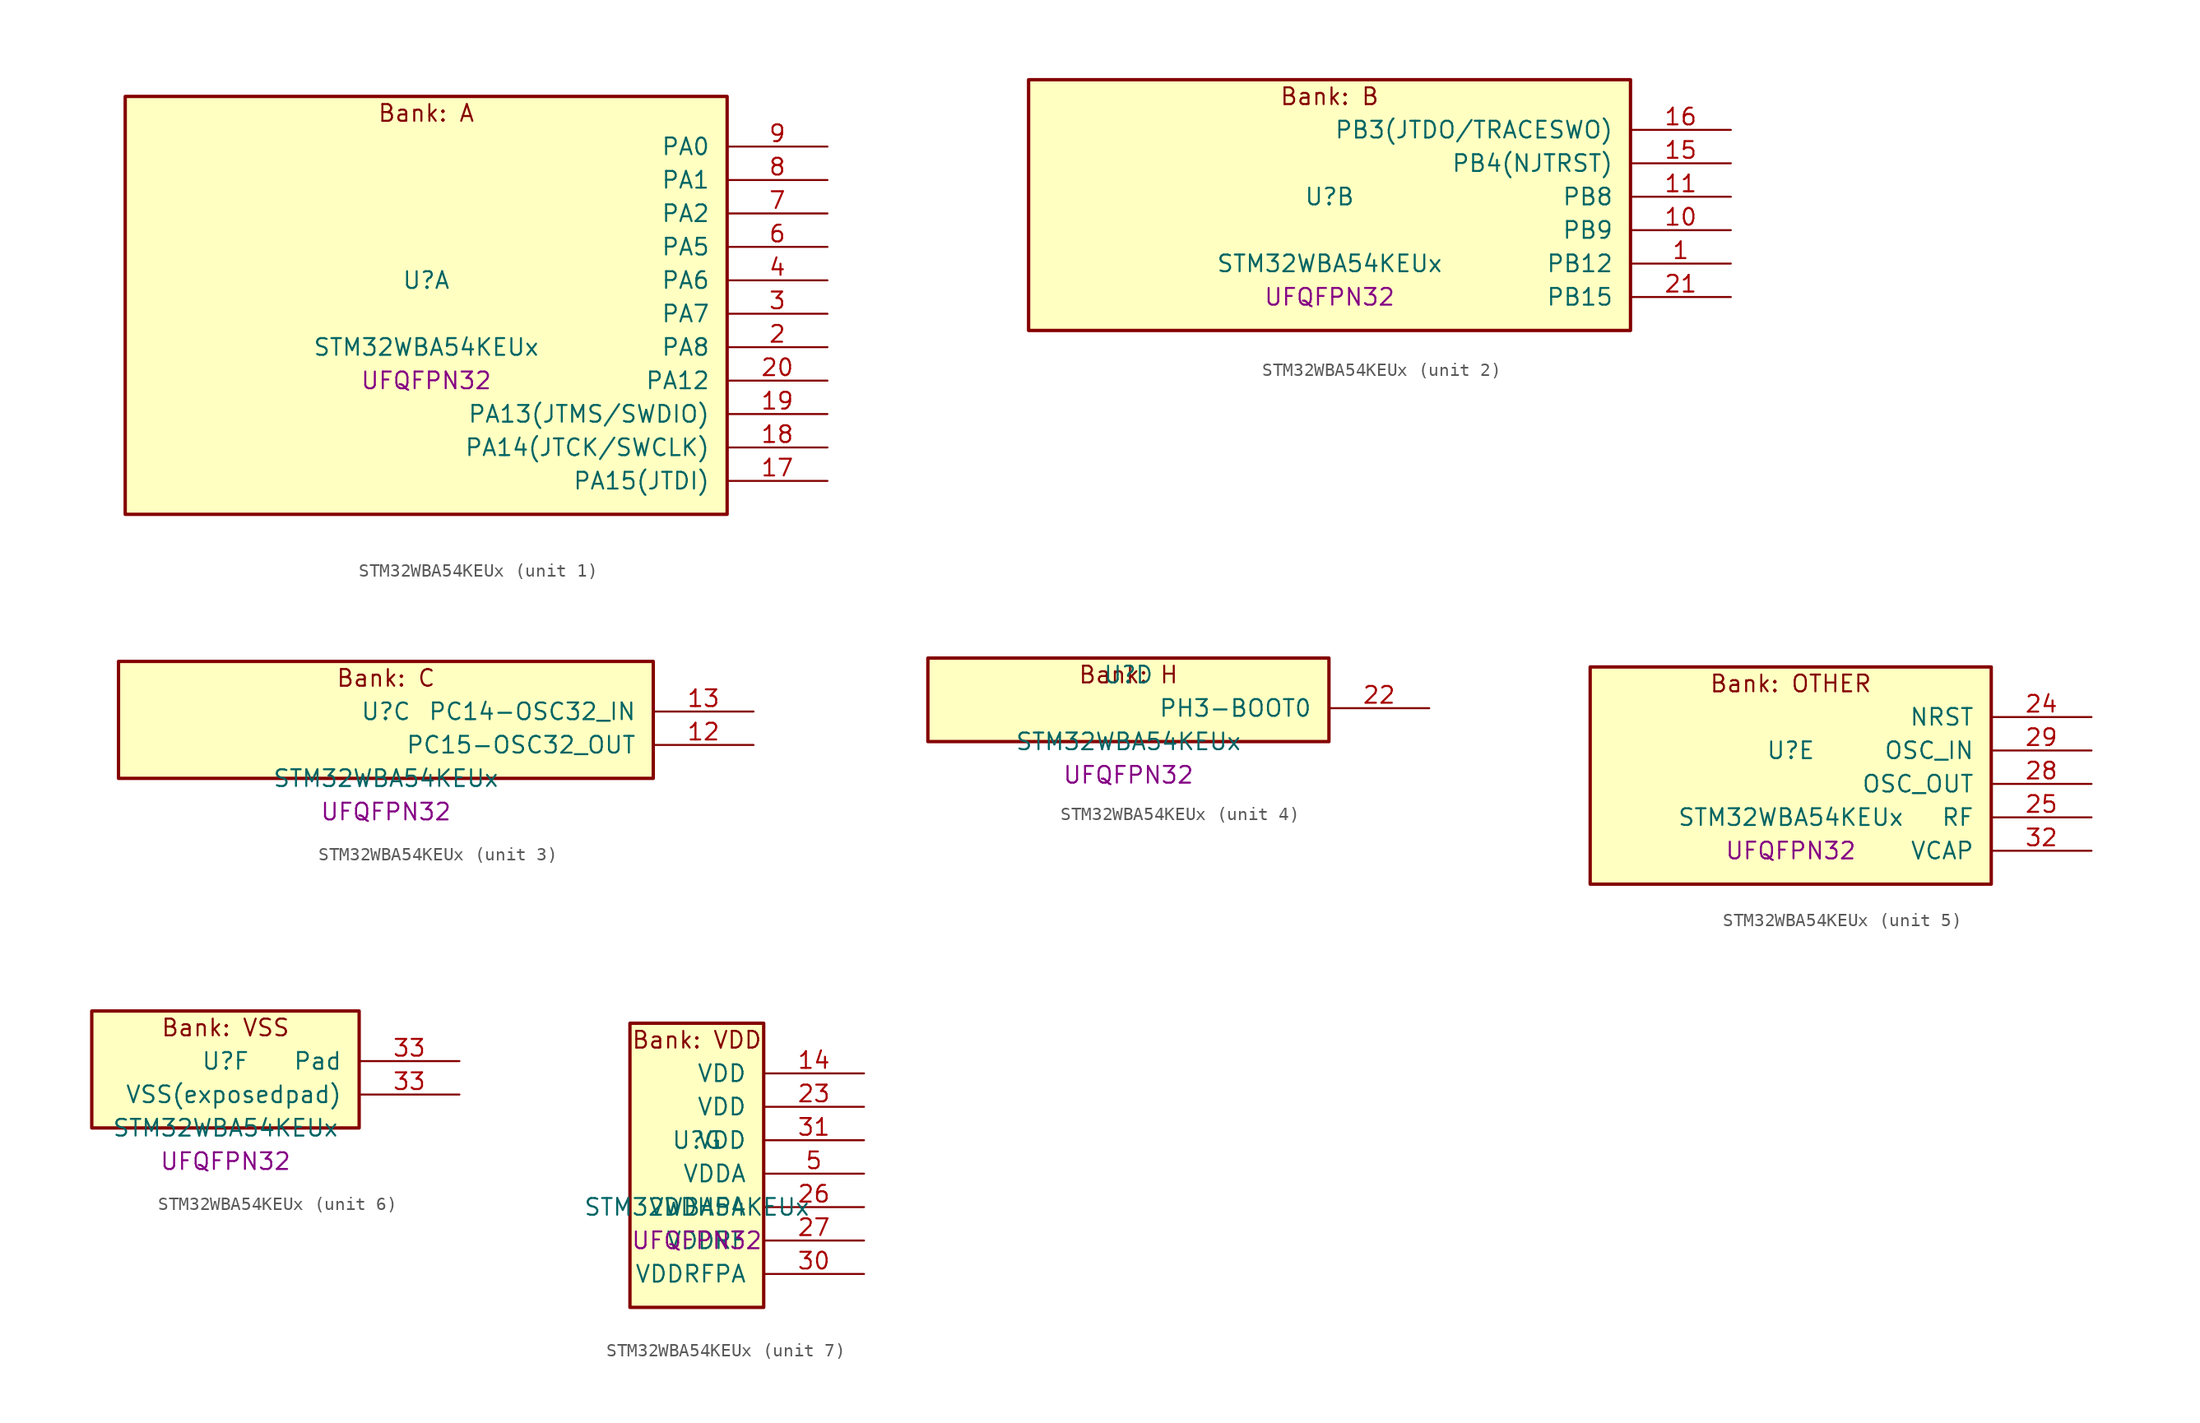
<source format=kicad_sym>
(kicad_symbol_lib
  (version 20241209)
  (generator "stm32_pkl_generator")
  (generator_version "1.0")
  (symbol "STM32WBA54KEUx"
    (pin_names
      (offset 1.27))
    (property "Reference" "U"
      (at 0 2.54 0))
    (property "Value" "STM32WBA54KEUx"
      (at 0 -2.54 0))
    (property "Footprint" "UFQFPN32"
      (at 0 -5.08 0))
    (symbol "STM32WBA54KEUx_1_1"
      (rectangle (start -22.86 16.51) (end 22.86 -15.24) (stroke (width 0.254) (type solid)) (fill (type background)))
      (text "Bank: A" (at 0 15.24 0))
      (pin bidirectional line (at 30.48 12.7 180) (length 7.62) (name "PA0") (number "9") (alternate "PA0/ADC4_IN9" bidirectional line) (alternate "PA0/COMP2_INP" bidirectional line) (alternate "PA0/LPTIM1_IN1" bidirectional line) (alternate "PA0/LPUART1_CTS" bidirectional line) (alternate "PA0/PWR_WKUP1" bidirectional line) (alternate "PA0/SPI3_SCK" bidirectional line) (alternate "PA0/TIM1_CH2N" bidirectional line) (alternate "PA0/TIM3_CH3" bidirectional line) (alternate "PA0/TIM3_ETR" bidirectional line) (alternate "PA0/TSC_G2_IO2" bidirectional line))
      (pin bidirectional line (at 30.48 10.16 180) (length 7.62) (name "PA1") (number "8") (alternate "PA1/ADC4_IN8" bidirectional line) (alternate "PA1/COMP1_INM" bidirectional line) (alternate "PA1/LPTIM2_CH2" bidirectional line) (alternate "PA1/LPUART1_RX" bidirectional line) (alternate "PA1/PWR_WKUP3" bidirectional line) (alternate "PA1/SAI1_CK1" bidirectional line) (alternate "PA1/SPI1_RDY" bidirectional line) (alternate "PA1/TIM17_CH1" bidirectional line) (alternate "PA1/TIM1_CH1N" bidirectional line) (alternate "PA1/TIM3_CH2" bidirectional line) (alternate "PA1/TSC_G2_IO1" bidirectional line) (alternate "PA1/USART1_CK" bidirectional line))
      (pin bidirectional line (at 30.48 7.62 180) (length 7.62) (name "PA2") (number "7") (alternate "PA2/ADC4_IN7" bidirectional line) (alternate "PA2/COMP1_INP" bidirectional line) (alternate "PA2/LPUART1_TX" bidirectional line) (alternate "PA2/PWR_WKUP4" bidirectional line) (alternate "PA2/RCC_LSCO" bidirectional line) (alternate "PA2/SAI1_D1" bidirectional line) (alternate "PA2/TIM16_CH1" bidirectional line) (alternate "PA2/TIM1_BKIN" bidirectional line) (alternate "PA2/TIM3_CH1" bidirectional line) (alternate "PA2/TSC_G4_IO4" bidirectional line) (alternate "PA2/USART1_DE" bidirectional line) (alternate "PA2/USART1_RTS" bidirectional line))
      (pin bidirectional line (at 30.48 5.08 180) (length 7.62) (name "PA5") (number "6") (alternate "PA5/ADC4_IN4" bidirectional line) (alternate "PA5/AUDIOCLK" bidirectional line) (alternate "PA5/LPTIM2_ETR" bidirectional line) (alternate "PA5/PWR_CSLEEP" bidirectional line) (alternate "PA5/PWR_WKUP6" bidirectional line) (alternate "PA5/SAI1_D2" bidirectional line) (alternate "PA5/SPI3_NSS" bidirectional line) (alternate "PA5/TIM2_CH1" bidirectional line) (alternate "PA5/TIM2_ETR" bidirectional line) (alternate "PA5/TSC_G1_IO4" bidirectional line) (alternate "PA5/USART1_CK" bidirectional line))
      (pin bidirectional line (at 30.48 2.54 180) (length 7.62) (name "PA6") (number "4") (alternate "PA6/ADC4_IN3" bidirectional line) (alternate "PA6/I2C3_SCL" bidirectional line) (alternate "PA6/PWR_CSTOP" bidirectional line) (alternate "PA6/PWR_WKUP7" bidirectional line) (alternate "PA6/SAI1_CK2" bidirectional line) (alternate "PA6/SAI1_MCLK_A" bidirectional line) (alternate "PA6/SPI3_RDY" bidirectional line) (alternate "PA6/TIM2_CH4" bidirectional line) (alternate "PA6/TSC_G1_IO3" bidirectional line) (alternate "PA6/USART1_DE" bidirectional line) (alternate "PA6/USART1_RTS" bidirectional line))
      (pin bidirectional line (at 30.48 0 180) (length 7.62) (name "PA7") (number "3") (alternate "PA7/ADC4_IN2" bidirectional line) (alternate "PA7/COMP1_OUT" bidirectional line) (alternate "PA7/I2C3_SDA" bidirectional line) (alternate "PA7/PWR_WKUP8" bidirectional line) (alternate "PA7/SAI1_SCK_A" bidirectional line) (alternate "PA7/TAMP_IN1" bidirectional line) (alternate "PA7/TAMP_OUT2" bidirectional line) (alternate "PA7/TIM2_CH3" bidirectional line) (alternate "PA7/TSC_G1_IO2" bidirectional line) (alternate "PA7/USART1_CTS" bidirectional line))
      (pin bidirectional line (at 30.48 -2.54 180) (length 7.62) (name "PA8") (number "2") (alternate "PA8/ADC4_IN1" bidirectional line) (alternate "PA8/LPTIM1_CH2" bidirectional line) (alternate "PA8/RCC_MCO" bidirectional line) (alternate "PA8/SAI1_FS_A" bidirectional line) (alternate "PA8/SPI3_RDY" bidirectional line) (alternate "PA8/TIM2_CH2" bidirectional line) (alternate "PA8/TSC_G1_IO1" bidirectional line) (alternate "PA8/USART1_RX" bidirectional line))
      (pin bidirectional line (at 30.48 -5.08 180) (length 7.62) (name "PA12") (number "20") (alternate "PA12/COMP2_OUT" bidirectional line) (alternate "PA12/PTA_STATUS" bidirectional line) (alternate "PA12/PWR_WKUP6" bidirectional line) (alternate "PA12/RF_ANTSW0" bidirectional line) (alternate "PA12/SPI1_NSS" bidirectional line) (alternate "PA12/TIM1_CH2" bidirectional line) (alternate "PA12/TSC_G3_IO4" bidirectional line) (alternate "PA12/USART2_TX" bidirectional line))
      (pin bidirectional line (at 30.48 -7.62 180) (length 7.62) (name "PA13(JTMS/SWDIO)") (number "19") (alternate "PA13(JTMS/SWDIO)/DEBUG_JTMS-SWDIO" bidirectional line) (alternate "PA13(JTMS/SWDIO)/IR_OUT" bidirectional line) (alternate "PA13(JTMS/SWDIO)/PTA_PRIORITY" bidirectional line))
      (pin bidirectional line (at 30.48 -10.16 180) (length 7.62) (name "PA14(JTCK/SWCLK)") (number "18") (alternate "PA14(JTCK/SWCLK)/COMP2_OUT" bidirectional line) (alternate "PA14(JTCK/SWCLK)/DEBUG_JTCK-SWCLK" bidirectional line) (alternate "PA14(JTCK/SWCLK)/PTA_STATUS" bidirectional line) (alternate "PA14(JTCK/SWCLK)/TAMP_IN3" bidirectional line) (alternate "PA14(JTCK/SWCLK)/TAMP_OUT6" bidirectional line) (alternate "PA14(JTCK/SWCLK)/USART2_TX" bidirectional line))
      (pin bidirectional line (at 30.48 -12.7 180) (length 7.62) (name "PA15(JTDI)") (number "17") (alternate "PA15(JTDI)/ADC4_EXTI15" bidirectional line) (alternate "PA15(JTDI)/DEBUG_JTDI" bidirectional line) (alternate "PA15(JTDI)/I2C1_SCL" bidirectional line) (alternate "PA15(JTDI)/LPTIM1_CH2" bidirectional line) (alternate "PA15(JTDI)/PTA_STATUS" bidirectional line) (alternate "PA15(JTDI)/SPI1_MOSI" bidirectional line) (alternate "PA15(JTDI)/TIM17_BKIN" bidirectional line) (alternate "PA15(JTDI)/TIM1_ETR" bidirectional line) (alternate "PA15(JTDI)/TSC_G3_IO3" bidirectional line) (alternate "PA15(JTDI)/USART2_DE" bidirectional line) (alternate "PA15(JTDI)/USART2_RTS" bidirectional line)))
    (symbol "STM32WBA54KEUx_2_1"
      (rectangle (start -22.86 11.43) (end 22.86 -7.62) (stroke (width 0.254) (type solid)) (fill (type background)))
      (text "Bank: B" (at 0 10.16 0))
      (pin bidirectional line (at 30.48 7.62 180) (length 7.62) (name "PB3(JTDO/TRACESWO)") (number "16") (alternate "PB3(JTDO/TRACESWO)/DEBUG_JTDO-SWO" bidirectional line) (alternate "PB3(JTDO/TRACESWO)/I2C1_SDA" bidirectional line) (alternate "PB3(JTDO/TRACESWO)/LPTIM1_IN2" bidirectional line) (alternate "PB3(JTDO/TRACESWO)/PTA_ACTIVE" bidirectional line) (alternate "PB3(JTDO/TRACESWO)/SPI1_MISO" bidirectional line) (alternate "PB3(JTDO/TRACESWO)/TIM17_CH1N" bidirectional line) (alternate "PB3(JTDO/TRACESWO)/TIM1_CH4" bidirectional line) (alternate "PB3(JTDO/TRACESWO)/TSC_G3_IO2" bidirectional line) (alternate "PB3(JTDO/TRACESWO)/USART2_CK" bidirectional line))
      (pin bidirectional line (at 30.48 5.08 180) (length 7.62) (name "PB4(NJTRST)") (number "15") (alternate "PB4(NJTRST)/DEBUG_JTRST" bidirectional line) (alternate "PB4(NJTRST)/LPTIM2_IN2" bidirectional line) (alternate "PB4(NJTRST)/PTA_ACTIVE" bidirectional line) (alternate "PB4(NJTRST)/PTA_PRIORITY" bidirectional line) (alternate "PB4(NJTRST)/SAI1_MCLK_B" bidirectional line) (alternate "PB4(NJTRST)/SPI1_SCK" bidirectional line) (alternate "PB4(NJTRST)/TIM17_CH1" bidirectional line) (alternate "PB4(NJTRST)/TIM1_CH3" bidirectional line) (alternate "PB4(NJTRST)/TSC_G3_IO1" bidirectional line) (alternate "PB4(NJTRST)/USART2_RX" bidirectional line))
      (pin bidirectional line (at 30.48 2.54 180) (length 7.62) (name "PB8") (number "11") (alternate "PB8/COMP1_OUT" bidirectional line) (alternate "PB8/LPTIM1_ETR" bidirectional line) (alternate "PB8/PWR_PVD_IN" bidirectional line) (alternate "PB8/SPI3_MOSI" bidirectional line) (alternate "PB8/TIM16_CH1N" bidirectional line) (alternate "PB8/TIM1_CH1" bidirectional line) (alternate "PB8/TIM3_ETR" bidirectional line) (alternate "PB8/TSC_G2_IO4" bidirectional line) (alternate "PB8/USART2_RX" bidirectional line))
      (pin bidirectional line (at 30.48 0 180) (length 7.62) (name "PB9") (number "10") (alternate "PB9/ADC4_IN10" bidirectional line) (alternate "PB9/COMP2_INM" bidirectional line) (alternate "PB9/IR_OUT" bidirectional line) (alternate "PB9/LPTIM2_IN1" bidirectional line) (alternate "PB9/LPUART1_DE" bidirectional line) (alternate "PB9/LPUART1_RTS" bidirectional line) (alternate "PB9/PWR_WKUP8" bidirectional line) (alternate "PB9/SPI3_MISO" bidirectional line) (alternate "PB9/TIM16_CH1" bidirectional line) (alternate "PB9/TIM1_CH3N" bidirectional line) (alternate "PB9/TIM3_CH4" bidirectional line) (alternate "PB9/TSC_G2_IO3" bidirectional line))
      (pin bidirectional line (at 30.48 -2.54 180) (length 7.62) (name "PB12") (number "1") (alternate "PB12/SAI1_SD_A" bidirectional line) (alternate "PB12/SPI1_RDY" bidirectional line) (alternate "PB12/TIM2_CH1" bidirectional line) (alternate "PB12/TIM2_ETR" bidirectional line) (alternate "PB12/TIM3_ETR" bidirectional line) (alternate "PB12/TSC_SYNC" bidirectional line) (alternate "PB12/USART1_TX" bidirectional line))
      (pin bidirectional line (at 30.48 -5.08 180) (length 7.62) (name "PB15") (number "21") (alternate "PB15/ADC4_EXTI15" bidirectional line) (alternate "PB15/I2C1_SMBA" bidirectional line) (alternate "PB15/I2C3_SMBA" bidirectional line) (alternate "PB15/LPUART1_CTS" bidirectional line) (alternate "PB15/PTA_GRANT" bidirectional line) (alternate "PB15/RF_EXTPABYP" bidirectional line) (alternate "PB15/TIM16_BKIN" bidirectional line) (alternate "PB15/TIM1_BKIN2" bidirectional line) (alternate "PB15/USART2_CTS" bidirectional line)))
    (symbol "STM32WBA54KEUx_3_1"
      (rectangle (start -20.32 6.35) (end 20.32 -2.54) (stroke (width 0.254) (type solid)) (fill (type background)))
      (text "Bank: C" (at 0 5.08 0))
      (pin bidirectional line (at 27.94 2.54 180) (length 7.62) (name "PC14-OSC32_IN") (number "13") (alternate "PC14-OSC32_IN/RCC_OSC32_IN" bidirectional line))
      (pin bidirectional line (at 27.94 0 180) (length 7.62) (name "PC15-OSC32_OUT") (number "12") (alternate "PC15-OSC32_OUT/ADC4_EXTI15" bidirectional line) (alternate "PC15-OSC32_OUT/RCC_OSC32_OUT" bidirectional line)))
    (symbol "STM32WBA54KEUx_4_1"
      (rectangle (start -15.24 3.81) (end 15.24 -2.54) (stroke (width 0.254) (type solid)) (fill (type background)))
      (text "Bank: H" (at 0 2.54 0))
      (pin bidirectional line (at 22.86 0 180) (length 7.62) (name "PH3-BOOT0") (number "22") (alternate "PH3-BOOT0/PTA_GRANT" bidirectional line) (alternate "PH3-BOOT0/RF_EXTPABYP" bidirectional line) (alternate "PH3-BOOT0/TAMP_IN2" bidirectional line) (alternate "PH3-BOOT0/TAMP_OUT1" bidirectional line)))
    (symbol "STM32WBA54KEUx_5_1"
      (rectangle (start -15.24 8.89) (end 15.24 -7.62) (stroke (width 0.254) (type solid)) (fill (type background)))
      (text "Bank: OTHER" (at 0 7.62 0))
      (pin input line (at 22.86 5.08 180) (length 7.62) (name "NRST") (number "24"))
      (pin bidirectional line (at 22.86 2.54 180) (length 7.62) (name "OSC_IN") (number "29") (alternate "OSC_IN/RCC_OSC_IN" bidirectional line))
      (pin bidirectional line (at 22.86 0 180) (length 7.62) (name "OSC_OUT") (number "28") (alternate "OSC_OUT/RCC_OSC_OUT" bidirectional line))
      (pin bidirectional line (at 22.86 -2.54 180) (length 7.62) (name "RF") (number "25"))
      (pin power_in line (at 22.86 -5.08 180) (length 7.62) (name "VCAP") (number "32")))
    (symbol "STM32WBA54KEUx_6_1"
      (rectangle (start -10.16 6.35) (end 10.16 -2.54) (stroke (width 0.254) (type solid)) (fill (type background)))
      (text "Bank: VSS" (at 0 5.08 0))
      (pin passive line (at 17.78 2.54 180) (length 7.62) (name "Pad") (number "33"))
      (pin power_in line (at 17.78 0 180) (length 7.62) (name "VSS(exposedpad)") (number "33")))
    (symbol "STM32WBA54KEUx_7_1"
      (rectangle (start -5.08 11.43) (end 5.08 -10.16) (stroke (width 0.254) (type solid)) (fill (type background)))
      (text "Bank: VDD" (at 0 10.16 0))
      (pin power_in line (at 12.7 7.62 180) (length 7.62) (name "VDD") (number "14"))
      (pin power_in line (at 12.7 5.08 180) (length 7.62) (name "VDD") (number "23"))
      (pin power_in line (at 12.7 2.54 180) (length 7.62) (name "VDD") (number "31"))
      (pin power_in line (at 12.7 0 180) (length 7.62) (name "VDDA") (number "5"))
      (pin power_in line (at 12.7 -2.54 180) (length 7.62) (name "VDDHPA") (number "26"))
      (pin power_in line (at 12.7 -5.08 180) (length 7.62) (name "VDDRF") (number "27"))
      (pin power_in line (at 12.7 -7.62 180) (length 7.62) (name "VDDRFPA") (number "30")))))
</source>
